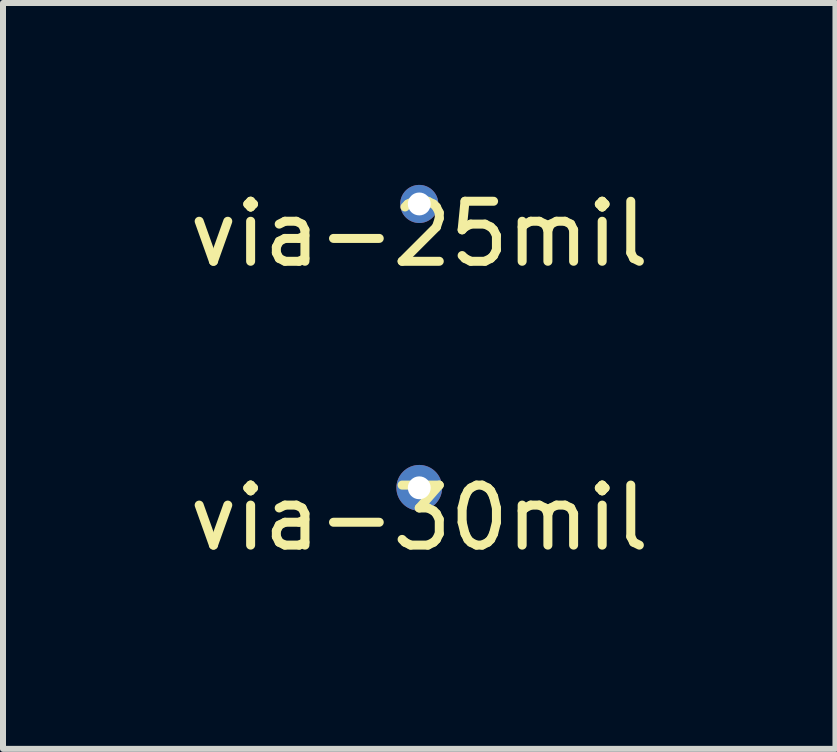
<source format=kicad_pcb>
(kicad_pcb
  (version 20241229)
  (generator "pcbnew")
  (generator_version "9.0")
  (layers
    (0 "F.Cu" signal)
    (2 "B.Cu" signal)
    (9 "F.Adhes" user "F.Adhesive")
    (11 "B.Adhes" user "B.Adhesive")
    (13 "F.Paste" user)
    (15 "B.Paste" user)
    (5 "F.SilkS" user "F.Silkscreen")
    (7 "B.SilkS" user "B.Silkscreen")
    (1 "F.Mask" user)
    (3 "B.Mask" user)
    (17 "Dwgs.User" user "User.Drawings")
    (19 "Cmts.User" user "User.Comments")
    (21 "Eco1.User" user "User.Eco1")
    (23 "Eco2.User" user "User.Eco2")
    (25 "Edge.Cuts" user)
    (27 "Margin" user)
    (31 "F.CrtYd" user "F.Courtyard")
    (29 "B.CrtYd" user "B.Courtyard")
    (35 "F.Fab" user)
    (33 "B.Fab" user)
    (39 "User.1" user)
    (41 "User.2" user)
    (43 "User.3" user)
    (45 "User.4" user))
  (footprint "via-25mil"
    (layer "F.Cu")
    (at 3.935 0.348)
    (property "Reference" "via-25mil" (at 0 0.5 0) (layer "F.SilkS") (effects (font (size 1 1) (thickness 0.15))))
    (attr through_hole)
    (pad "" thru_hole circle (at 0 0) (size 0.635 0.635) (drill 0.381) (layers "*.Cu")))
  (footprint "via-30mil"
    (layer "F.Cu")
    (at 3.935 5.077)
    (property "Reference" "via-30mil" (at 0 0.5 0) (layer "F.SilkS") (effects (font (size 1 1) (thickness 0.15))))
    (attr through_hole)
    (pad "1" thru_hole circle (at 0 0) (size 0.762 0.762) (drill 0.381) (layers "*.Cu")))
  (gr_rect
    (start -3 -3)
    (end 10.869 9.426)
    (stroke (width 0.1) (type default))
    (fill no)
    (layer "Edge.Cuts")))
</source>
